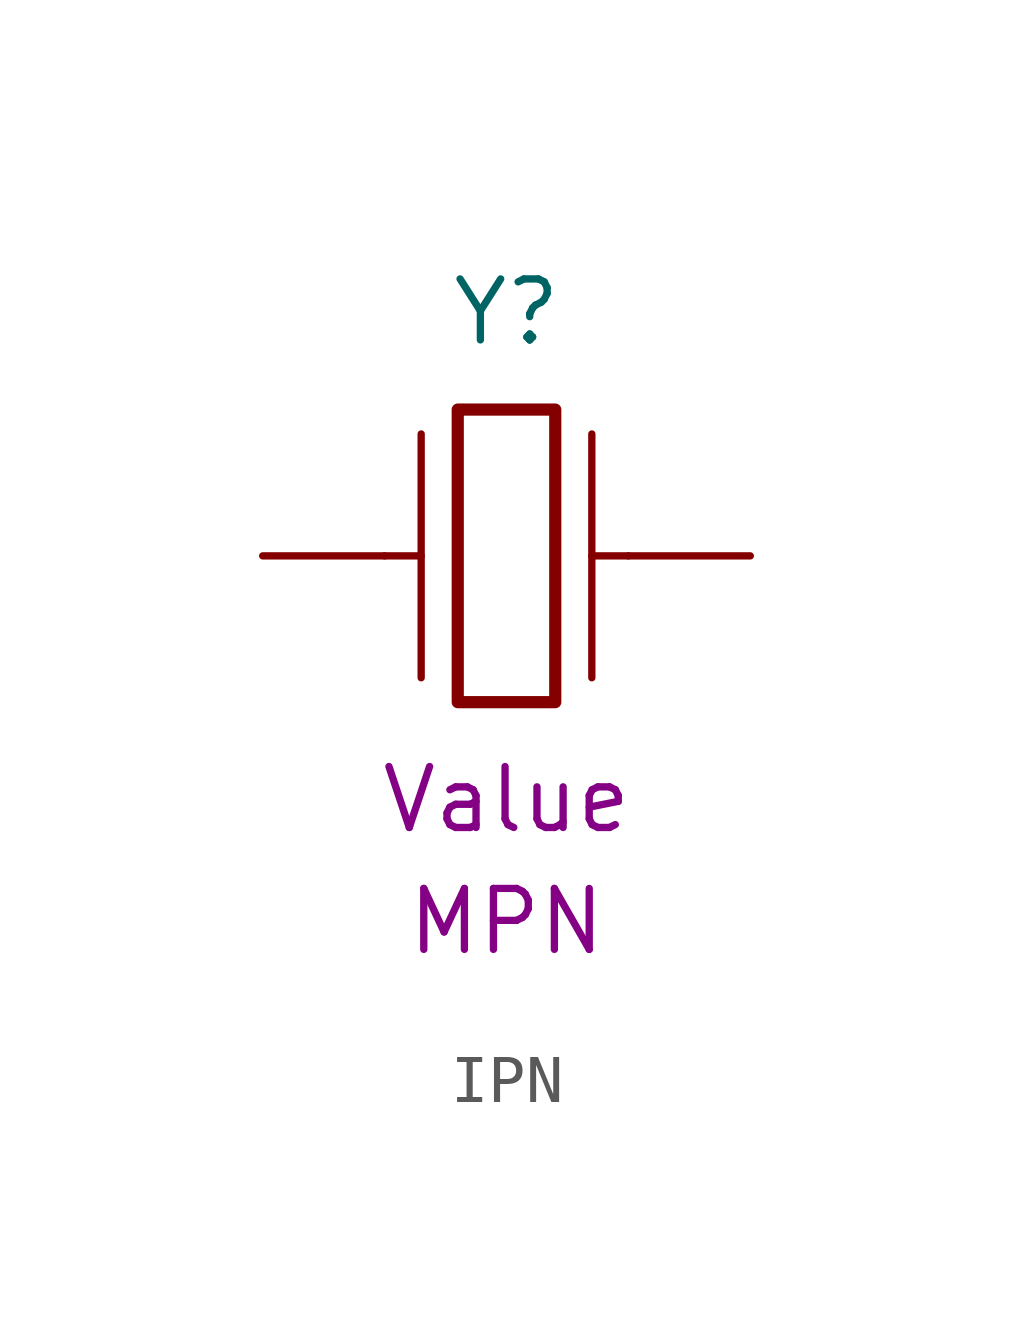
<source format=kicad_sym>
(kicad_symbol_lib
  (version 20211014)
  (generator kicad_symbol_editor)
  (symbol "IPN"
    (pin_numbers hide)
    (pin_names
      (offset 0) hide)
    (property "Reference" "Y"
      (at 0 5.08 0)
      (effects (font (size 1.27 1.27))))
    (property "Manufacturer Part Number" "MPN"
      (at 0 -7.62 0)
      (effects (font (size 1.27 1.27))))
    (property "Frequency" "Value"
      (at 0 -5.08 0)
      (effects (font (size 1.27 1.27))))
    (symbol "IPN_1_1"
      (rectangle (start -1.016 3.048) (end 1.016 -3.048) (stroke (width 0.254) (type default) (color 0 0 0 0)) (fill (type none)))
      (polyline (pts (xy -2.54 0) (xy -1.778 0)) (stroke (width 0) (type default) (color 0 0 0 0)) (fill (type none)))
      (polyline (pts (xy 2.54 0) (xy 1.778 0)) (stroke (width 0) (type default) (color 0 0 0 0)) (fill (type none)))
      (polyline (pts (xy -1.778 2.54) (xy -1.778 0) (xy -1.778 -2.54)) (stroke (width 0) (type default) (color 0 0 0 0)) (fill (type none)))
      (polyline (pts (xy 1.778 2.54) (xy 1.778 0) (xy 1.778 -2.54)) (stroke (width 0) (type default) (color 0 0 0 0)) (fill (type none)))
      (pin passive line (at -5.08 0 0) (length 2.54) (name "1" (effects (font (size 1.27 1.27)))) (number "1" (effects (font (size 1.27 1.27)))))
      (pin passive line (at 5.08 0 180) (length 2.54) (name "2" (effects (font (size 1.27 1.27)))) (number "2" (effects (font (size 1.27 1.27))))))))
</source>
